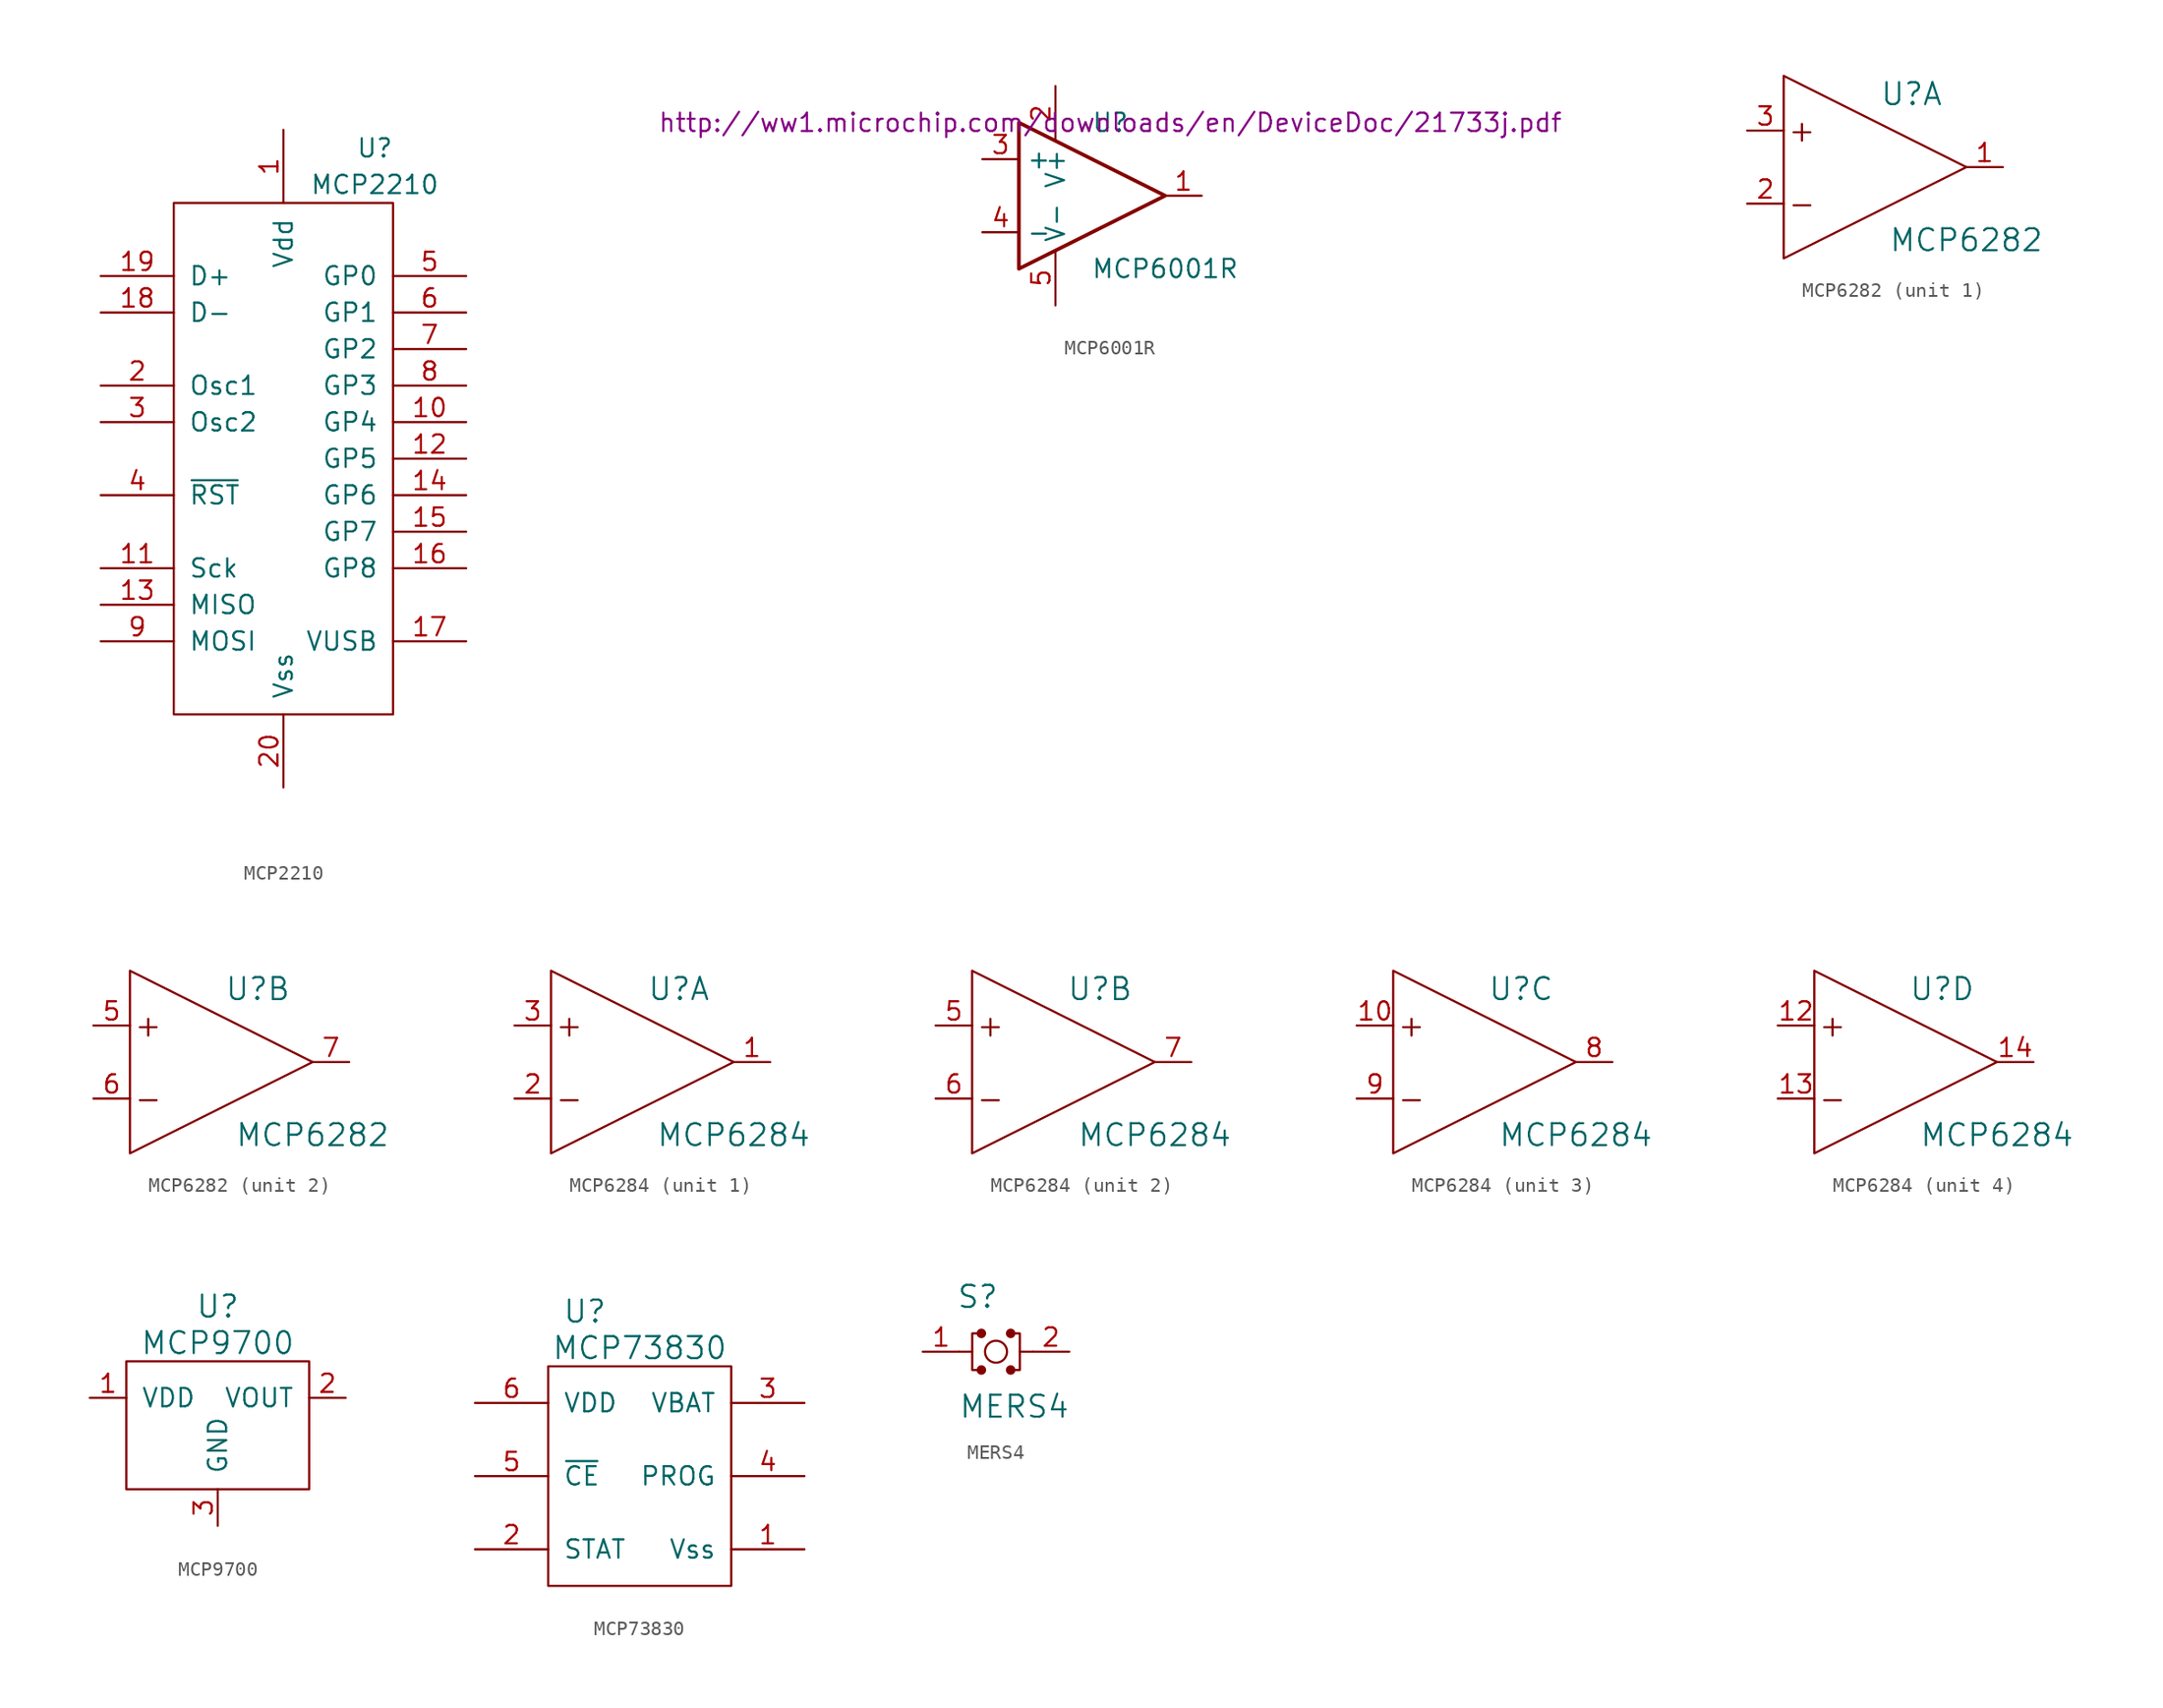
<source format=kicad_sym>
(kicad_symbol_lib
  (version 20211014)
  (generator kicad_symbol_editor)
  (symbol "MCP2210"
    (pin_names
      (offset 1.016))
    (property "Reference" "U"
      (at 6.35 21.59 0)
      (effects (font (size 1.27 1.27))))
    (property "Value" "MCP2210"
      (at 6.35 19.05 0)
      (effects (font (size 1.27 1.27))))
    (symbol "MCP2210_0_1"
      (rectangle (start -7.62 17.78) (end 7.62 -17.78) (stroke (width 0) (type default) (color 0 0 0 0)) (fill (type none))))
    (symbol "MCP2210_1_1"
      (pin power_in line (at 0 22.86 270) (length 5.08) (name "Vdd" (effects (font (size 1.27 1.27)))) (number "1" (effects (font (size 1.27 1.27)))))
      (pin bidirectional line (at 12.7 2.54 180) (length 5.08) (name "GP4" (effects (font (size 1.27 1.27)))) (number "10" (effects (font (size 1.27 1.27)))))
      (pin output line (at -12.7 -7.62 0) (length 5.08) (name "Sck" (effects (font (size 1.27 1.27)))) (number "11" (effects (font (size 1.27 1.27)))))
      (pin bidirectional line (at 12.7 0 180) (length 5.08) (name "GP5" (effects (font (size 1.27 1.27)))) (number "12" (effects (font (size 1.27 1.27)))))
      (pin input line (at -12.7 -10.16 0) (length 5.08) (name "MISO" (effects (font (size 1.27 1.27)))) (number "13" (effects (font (size 1.27 1.27)))))
      (pin bidirectional line (at 12.7 -2.54 180) (length 5.08) (name "GP6" (effects (font (size 1.27 1.27)))) (number "14" (effects (font (size 1.27 1.27)))))
      (pin bidirectional line (at 12.7 -5.08 180) (length 5.08) (name "GP7" (effects (font (size 1.27 1.27)))) (number "15" (effects (font (size 1.27 1.27)))))
      (pin bidirectional line (at 12.7 -7.62 180) (length 5.08) (name "GP8" (effects (font (size 1.27 1.27)))) (number "16" (effects (font (size 1.27 1.27)))))
      (pin passive line (at 12.7 -12.7 180) (length 5.08) (name "VUSB" (effects (font (size 1.27 1.27)))) (number "17" (effects (font (size 1.27 1.27)))))
      (pin bidirectional line (at -12.7 10.16 0) (length 5.08) (name "D-" (effects (font (size 1.27 1.27)))) (number "18" (effects (font (size 1.27 1.27)))))
      (pin bidirectional line (at -12.7 12.7 0) (length 5.08) (name "D+" (effects (font (size 1.27 1.27)))) (number "19" (effects (font (size 1.27 1.27)))))
      (pin input line (at -12.7 5.08 0) (length 5.08) (name "Osc1" (effects (font (size 1.27 1.27)))) (number "2" (effects (font (size 1.27 1.27)))))
      (pin power_in line (at 0 -22.86 90) (length 5.08) (name "Vss" (effects (font (size 1.27 1.27)))) (number "20" (effects (font (size 1.27 1.27)))))
      (pin output line (at -12.7 2.54 0) (length 5.08) (name "Osc2" (effects (font (size 1.27 1.27)))) (number "3" (effects (font (size 1.27 1.27)))))
      (pin input line (at -12.7 -2.54 0) (length 5.08) (name "~{RST}" (effects (font (size 1.27 1.27)))) (number "4" (effects (font (size 1.27 1.27)))))
      (pin bidirectional line (at 12.7 12.7 180) (length 5.08) (name "GP0" (effects (font (size 1.27 1.27)))) (number "5" (effects (font (size 1.27 1.27)))))
      (pin bidirectional line (at 12.7 10.16 180) (length 5.08) (name "GP1" (effects (font (size 1.27 1.27)))) (number "6" (effects (font (size 1.27 1.27)))))
      (pin bidirectional line (at 12.7 7.62 180) (length 5.08) (name "GP2" (effects (font (size 1.27 1.27)))) (number "7" (effects (font (size 1.27 1.27)))))
      (pin bidirectional line (at 12.7 5.08 180) (length 5.08) (name "GP3" (effects (font (size 1.27 1.27)))) (number "8" (effects (font (size 1.27 1.27)))))
      (pin tri_state line (at -12.7 -12.7 0) (length 5.08) (name "MOSI" (effects (font (size 1.27 1.27)))) (number "9" (effects (font (size 1.27 1.27)))))))
  (symbol "MCP6001R"
    (property "Reference" "U"
      (at 1.27 5.08 0)
      (effects (font (size 1.27 1.27))))
    (property "Value" "MCP6001R"
      (at 5.08 -5.08 0)
      (effects (font (size 1.27 1.27))))
    (property "Footprint" ""
      (at -1.27 2.54 0)
      (effects (font (size 1.27 1.27))))
    (property "Datasheet" "http://ww1.microchip.com/downloads/en/DeviceDoc/21733j.pdf"
      (at 1.27 5.08 0)
      (effects (font (size 1.27 1.27))))
    (symbol "MCP6001R_0_1"
      (polyline (pts (xy -5.08 5.08) (xy 5.08 0) (xy -5.08 -5.08) (xy -5.08 5.08)) (stroke (width 0.254) (type default) (color 0 0 0 0)) (fill (type none))))
    (symbol "MCP6001R_1_1"
      (pin output line (at 7.62 0 180) (length 2.54) (name "~" (effects (font (size 1.27 1.27)))) (number "1" (effects (font (size 1.27 1.27)))))
      (pin input line (at -2.54 7.62 270) (length 3.81) (name "V+" (effects (font (size 1.27 1.27)))) (number "2" (effects (font (size 1.27 1.27)))))
      (pin input line (at -7.62 2.54 0) (length 2.54) (name "+" (effects (font (size 1.27 1.27)))) (number "3" (effects (font (size 1.27 1.27)))))
      (pin input line (at -7.62 -2.54 0) (length 2.54) (name "-" (effects (font (size 1.27 1.27)))) (number "4" (effects (font (size 1.27 1.27)))))
      (pin input line (at -2.54 -7.62 90) (length 3.81) (name "V-" (effects (font (size 1.27 1.27)))) (number "5" (effects (font (size 1.27 1.27)))))))
  (symbol "MCP6282"
    (pin_names
      (offset 1.016) hide)
    (property "Reference" "U"
      (at 3.81 5.08 0)
      (effects (font (size 1.524 1.524))))
    (property "Value" "MCP6282"
      (at 7.62 -5.08 0)
      (effects (font (size 1.524 1.524))))
    (property "Footprint" ""
      (at 0 0 0)
      (effects (font (size 1.524 1.524))))
    (property "Datasheet" ""
      (at 0 0 0)
      (effects (font (size 1.524 1.524))))
    (symbol "MCP6282_0_0"
      (text "+" (at -3.81 2.54 0) (effects (font (size 1.524 1.524))))
      (text "-" (at -3.81 -2.54 0) (effects (font (size 1.524 1.524)))))
    (symbol "MCP6282_0_1"
      (polyline (pts (xy 7.62 0) (xy -5.08 6.35) (xy -5.08 -6.35) (xy 7.62 0)) (stroke (width 0) (type default) (color 0 0 0 0)) (fill (type none)))
      (pin power_in line (at 0 -3.81 90) (length 0) hide (name "VSS" (effects (font (size 1.27 1.27)))) (number "4" (effects (font (size 1.27 1.27)))))
      (pin power_in line (at 0 3.81 270) (length 0) hide (name "VDD" (effects (font (size 1.27 1.27)))) (number "8" (effects (font (size 1.27 1.27))))))
    (symbol "MCP6282_1_1"
      (pin output line (at 10.16 0 180) (length 2.54) (name "VOUT" (effects (font (size 1.27 1.27)))) (number "1" (effects (font (size 1.27 1.27)))))
      (pin input line (at -7.62 -2.54 0) (length 2.54) (name "VIN-" (effects (font (size 1.27 1.27)))) (number "2" (effects (font (size 1.27 1.27)))))
      (pin input line (at -7.62 2.54 0) (length 2.54) (name "VIN+" (effects (font (size 1.27 1.27)))) (number "3" (effects (font (size 1.27 1.27))))))
    (symbol "MCP6282_2_1"
      (pin input line (at -7.62 2.54 0) (length 2.54) (name "VIN+" (effects (font (size 1.27 1.27)))) (number "5" (effects (font (size 1.27 1.27)))))
      (pin input line (at -7.62 -2.54 0) (length 2.54) (name "VIN-" (effects (font (size 1.27 1.27)))) (number "6" (effects (font (size 1.27 1.27)))))
      (pin output line (at 10.16 0 180) (length 2.54) (name "VOUT" (effects (font (size 1.27 1.27)))) (number "7" (effects (font (size 1.27 1.27)))))))
  (symbol "MCP6284"
    (pin_names
      (offset 1.016) hide)
    (property "Reference" "U"
      (at 3.81 5.08 0)
      (effects (font (size 1.524 1.524))))
    (property "Value" "MCP6284"
      (at 7.62 -5.08 0)
      (effects (font (size 1.524 1.524))))
    (property "Footprint" ""
      (at 0 0 0)
      (effects (font (size 1.524 1.524))))
    (property "Datasheet" ""
      (at 0 0 0)
      (effects (font (size 1.524 1.524))))
    (symbol "MCP6284_0_0"
      (text "+" (at -3.81 2.54 0) (effects (font (size 1.524 1.524))))
      (text "-" (at -3.81 -2.54 0) (effects (font (size 1.524 1.524)))))
    (symbol "MCP6284_0_1"
      (polyline (pts (xy 7.62 0) (xy -5.08 6.35) (xy -5.08 -6.35) (xy 7.62 0)) (stroke (width 0) (type default) (color 0 0 0 0)) (fill (type none)))
      (pin power_in line (at 0 -3.81 90) (length 0) hide (name "VSS" (effects (font (size 1.27 1.27)))) (number "11" (effects (font (size 1.27 1.27)))))
      (pin power_in line (at 0 3.81 270) (length 0) hide (name "VDD" (effects (font (size 1.27 1.27)))) (number "4" (effects (font (size 1.27 1.27))))))
    (symbol "MCP6284_1_1"
      (pin output line (at 10.16 0 180) (length 2.54) (name "VOUT" (effects (font (size 1.27 1.27)))) (number "1" (effects (font (size 1.27 1.27)))))
      (pin input line (at -7.62 -2.54 0) (length 2.54) (name "VIN-" (effects (font (size 1.27 1.27)))) (number "2" (effects (font (size 1.27 1.27)))))
      (pin input line (at -7.62 2.54 0) (length 2.54) (name "VIN+" (effects (font (size 1.27 1.27)))) (number "3" (effects (font (size 1.27 1.27))))))
    (symbol "MCP6284_2_1"
      (pin input line (at -7.62 2.54 0) (length 2.54) (name "VIN+" (effects (font (size 1.27 1.27)))) (number "5" (effects (font (size 1.27 1.27)))))
      (pin input line (at -7.62 -2.54 0) (length 2.54) (name "VIN-" (effects (font (size 1.27 1.27)))) (number "6" (effects (font (size 1.27 1.27)))))
      (pin output line (at 10.16 0 180) (length 2.54) (name "VOUT" (effects (font (size 1.27 1.27)))) (number "7" (effects (font (size 1.27 1.27))))))
    (symbol "MCP6284_3_1"
      (pin input line (at -7.62 2.54 0) (length 2.54) (name "VIN+" (effects (font (size 1.27 1.27)))) (number "10" (effects (font (size 1.27 1.27)))))
      (pin output line (at 10.16 0 180) (length 2.54) (name "VOUT" (effects (font (size 1.27 1.27)))) (number "8" (effects (font (size 1.27 1.27)))))
      (pin input line (at -7.62 -2.54 0) (length 2.54) (name "VIN-" (effects (font (size 1.27 1.27)))) (number "9" (effects (font (size 1.27 1.27))))))
    (symbol "MCP6284_4_1"
      (pin input line (at -7.62 2.54 0) (length 2.54) (name "VIN+" (effects (font (size 1.27 1.27)))) (number "12" (effects (font (size 1.27 1.27)))))
      (pin input line (at -7.62 -2.54 0) (length 2.54) (name "VIN-" (effects (font (size 1.27 1.27)))) (number "13" (effects (font (size 1.27 1.27)))))
      (pin output line (at 10.16 0 180) (length 2.54) (name "VOUT" (effects (font (size 1.27 1.27)))) (number "14" (effects (font (size 1.27 1.27)))))))
  (symbol "MCP9700"
    (pin_names
      (offset 1.016))
    (property "Reference" "U"
      (at 0 6.35 0)
      (effects (font (size 1.524 1.524))))
    (property "Value" "MCP9700"
      (at 0 3.81 0)
      (effects (font (size 1.524 1.524))))
    (symbol "MCP9700_0_1"
      (rectangle (start -6.35 2.54) (end 6.35 -6.35) (stroke (width 0) (type default) (color 0 0 0 0)) (fill (type none))))
    (symbol "MCP9700_1_1"
      (pin power_in line (at -8.89 0 0) (length 2.54) (name "VDD" (effects (font (size 1.27 1.27)))) (number "1" (effects (font (size 1.27 1.27)))))
      (pin output line (at 8.89 0 180) (length 2.54) (name "VOUT" (effects (font (size 1.27 1.27)))) (number "2" (effects (font (size 1.27 1.27)))))
      (pin power_in line (at 0 -8.89 90) (length 2.54) (name "GND" (effects (font (size 1.27 1.27)))) (number "3" (effects (font (size 1.27 1.27)))))))
  (symbol "MCP73830"
    (pin_names
      (offset 1.016))
    (property "Reference" "U"
      (at -3.81 11.43 0)
      (effects (font (size 1.524 1.524))))
    (property "Value" "MCP73830"
      (at 0 8.89 0)
      (effects (font (size 1.524 1.524))))
    (symbol "MCP73830_0_1"
      (rectangle (start 6.35 7.62) (end -6.35 -7.62) (stroke (width 0) (type default) (color 0 0 0 0)) (fill (type none))))
    (symbol "MCP73830_1_1"
      (pin input line (at 11.43 -5.08 180) (length 5.08) (name "Vss" (effects (font (size 1.27 1.27)))) (number "1" (effects (font (size 1.27 1.27)))))
      (pin input line (at -11.43 -5.08 0) (length 5.08) (name "STAT" (effects (font (size 1.27 1.27)))) (number "2" (effects (font (size 1.27 1.27)))))
      (pin input line (at 11.43 5.08 180) (length 5.08) (name "VBAT" (effects (font (size 1.27 1.27)))) (number "3" (effects (font (size 1.27 1.27)))))
      (pin input line (at 11.43 0 180) (length 5.08) (name "PROG" (effects (font (size 1.27 1.27)))) (number "4" (effects (font (size 1.27 1.27)))))
      (pin input line (at -11.43 0 0) (length 5.08) (name "~{CE}" (effects (font (size 1.27 1.27)))) (number "5" (effects (font (size 1.27 1.27)))))
      (pin power_in line (at -11.43 5.08 0) (length 5.08) (name "VDD" (effects (font (size 1.27 1.27)))) (number "6" (effects (font (size 1.27 1.27)))))
      (pin no_connect line (at 0 -7.62 180) (length 0) hide (name "~" (effects (font (size 1.27 1.27)))) (number "7" (effects (font (size 1.27 1.27)))))))
  (symbol "MERS4"
    (pin_names
      (offset 1.016))
    (property "Reference" "S"
      (at -1.27 3.81 0)
      (effects (font (size 1.524 1.524))))
    (property "Value" "MERS4"
      (at 1.27 -3.81 0)
      (effects (font (size 1.524 1.524))))
    (property "Footprint" ""
      (at 0 0 0)
      (effects (font (size 1.524 1.524))))
    (property "Datasheet" ""
      (at 0 0 0)
      (effects (font (size 1.524 1.524))))
    (symbol "MERS4_0_1"
      (circle (center -1.016 -1.27) (radius 0.254) (stroke (width 0) (type default) (color 0 0 0 0)) (fill (type outline)))
      (circle (center -1.016 1.27) (radius 0.254) (stroke (width 0) (type default) (color 0 0 0 0)) (fill (type outline)))
      (polyline (pts (xy -2.54 0) (xy -1.651 0)) (stroke (width 0) (type default) (color 0 0 0 0)) (fill (type none)))
      (polyline (pts (xy 2.54 0) (xy 1.651 0)) (stroke (width 0) (type default) (color 0 0 0 0)) (fill (type none)))
      (polyline (pts (xy -1.143 -1.27) (xy -1.651 -1.27) (xy -1.651 1.27) (xy -1.143 1.27)) (stroke (width 0) (type default) (color 0 0 0 0)) (fill (type none)))
      (polyline (pts (xy 1.143 1.27) (xy 1.651 1.27) (xy 1.651 -1.27) (xy 1.143 -1.27)) (stroke (width 0) (type default) (color 0 0 0 0)) (fill (type none)))
      (circle (center 0 0) (radius 0.762) (stroke (width 0) (type default) (color 0 0 0 0)) (fill (type none)))
      (circle (center 1.016 -1.27) (radius 0.254) (stroke (width 0) (type default) (color 0 0 0 0)) (fill (type outline)))
      (circle (center 1.016 1.27) (radius 0.254) (stroke (width 0) (type default) (color 0 0 0 0)) (fill (type outline))))
    (symbol "MERS4_1_1"
      (pin passive line (at -5.08 0 0) (length 2.54) (name "~" (effects (font (size 1.27 1.27)))) (number "1" (effects (font (size 1.27 1.27)))))
      (pin passive line (at 5.08 0 180) (length 2.54) (name "~" (effects (font (size 1.27 1.27)))) (number "2" (effects (font (size 1.27 1.27))))))))
</source>
